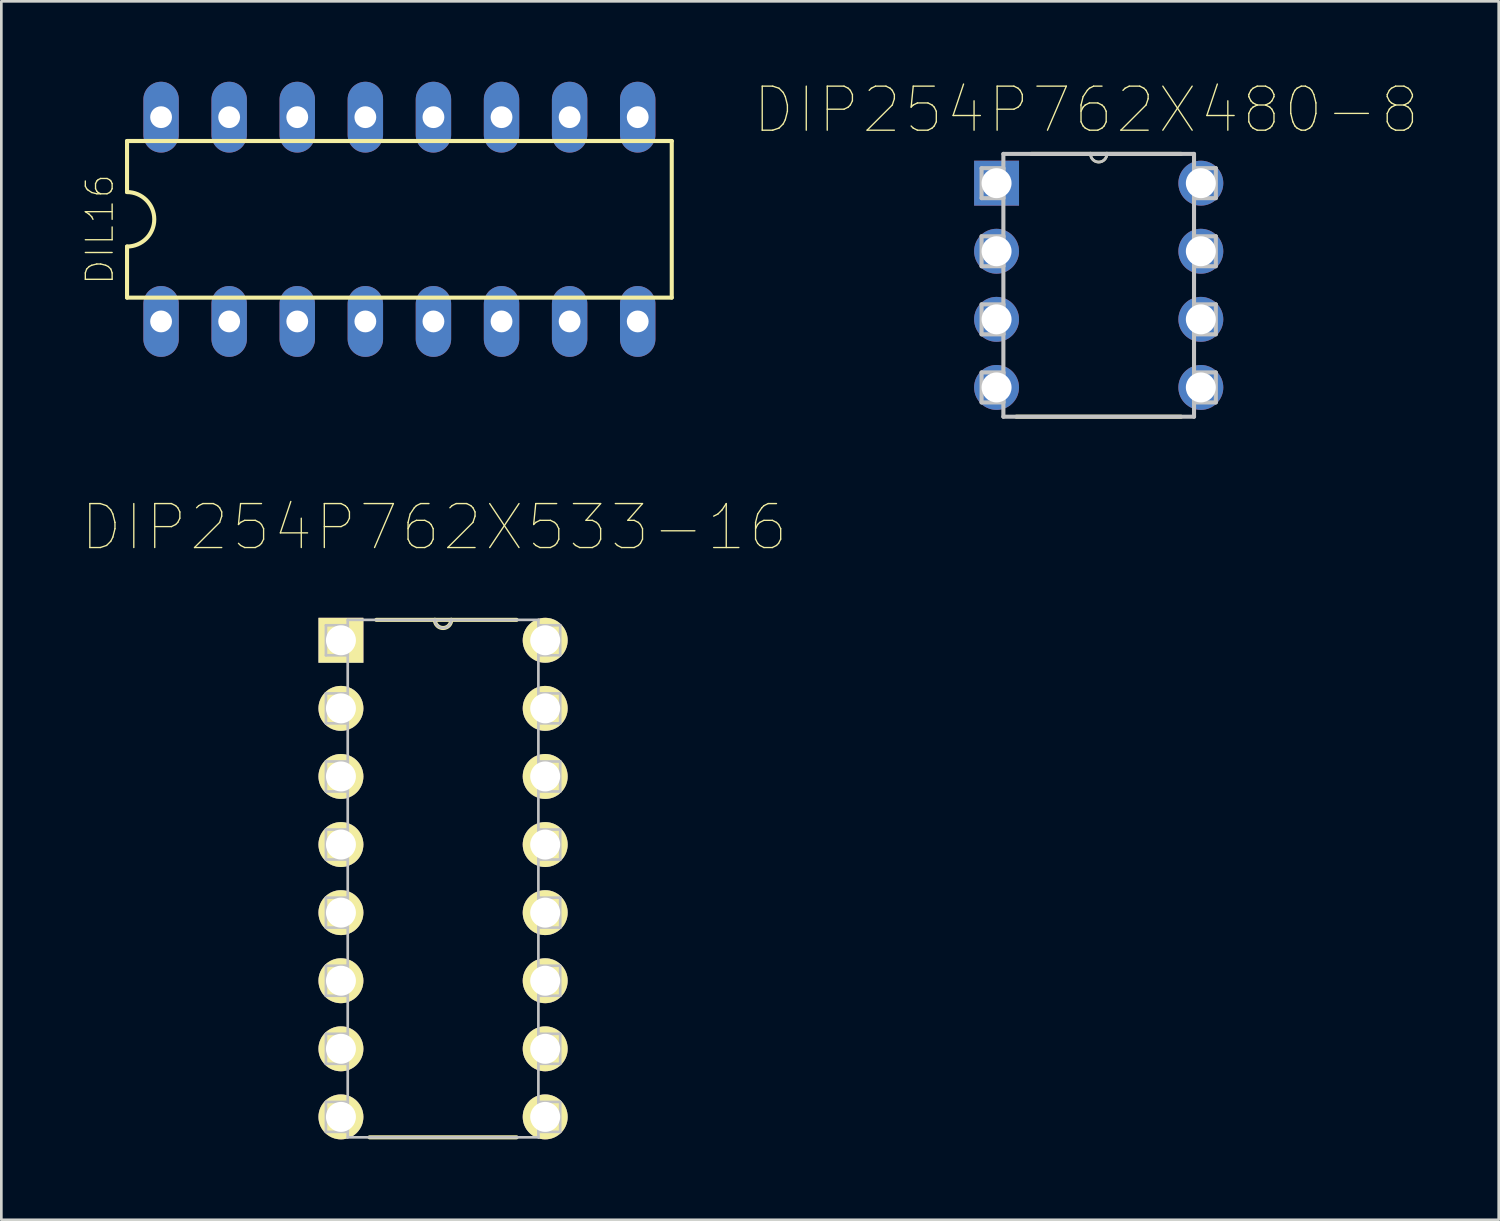
<source format=kicad_pcb>
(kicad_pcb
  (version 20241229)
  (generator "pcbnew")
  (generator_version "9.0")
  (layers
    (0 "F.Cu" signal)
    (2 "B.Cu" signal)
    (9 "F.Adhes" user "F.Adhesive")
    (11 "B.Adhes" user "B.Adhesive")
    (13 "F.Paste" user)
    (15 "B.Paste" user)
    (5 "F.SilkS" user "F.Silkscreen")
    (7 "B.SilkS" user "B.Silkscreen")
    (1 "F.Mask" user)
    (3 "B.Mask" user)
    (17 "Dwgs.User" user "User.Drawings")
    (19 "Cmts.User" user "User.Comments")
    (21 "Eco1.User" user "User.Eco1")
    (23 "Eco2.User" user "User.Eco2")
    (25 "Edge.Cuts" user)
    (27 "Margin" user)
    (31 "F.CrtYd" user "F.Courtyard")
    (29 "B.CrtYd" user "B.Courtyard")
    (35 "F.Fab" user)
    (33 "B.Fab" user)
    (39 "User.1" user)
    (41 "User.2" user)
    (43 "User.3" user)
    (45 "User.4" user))
  (footprint "DIP254P762X533-16"
    (layer "F.Cu")
    (at 17.288 38.615)
    (property "Reference" "DIP254P762X533-16" (at -4.14 -21.996 0) (layer "F.SilkS") (effects (font (size 1.64 1.64) (thickness 0.05))))
    (attr through_hole)
    (fp_line (start -6.553 0.762) (end -1.067 0.762) (stroke (width 0.152) (type solid)) (layer "F.SilkS"))
    (fp_line (start -4.115 -18.542) (end -6.299 -18.542) (stroke (width 0.152) (type solid)) (layer "F.SilkS"))
    (fp_line (start -3.505 -18.542) (end -4.115 -18.542) (stroke (width 0.152) (type solid)) (layer "F.SilkS"))
    (fp_line (start -1.067 -18.542) (end -3.505 -18.542) (stroke (width 0.152) (type solid)) (layer "F.SilkS"))
    (fp_arc (start -3.5052 -18.542) (mid -3.81 -18.2372) (end -4.1148 -18.542) (stroke (width 0.1524) (type solid)) (layer "F.SilkS"))
    (fp_line (start -8.179 -18.339) (end -8.179 -17.221) (stroke (width 0.1) (type solid)) (layer "Dwgs.User"))
    (fp_line (start -8.179 -17.221) (end -7.366 -17.221) (stroke (width 0.1) (type solid)) (layer "Dwgs.User"))
    (fp_line (start -8.179 -15.799) (end -8.179 -14.681) (stroke (width 0.1) (type solid)) (layer "Dwgs.User"))
    (fp_line (start -8.179 -14.681) (end -7.366 -14.681) (stroke (width 0.1) (type solid)) (layer "Dwgs.User"))
    (fp_line (start -8.179 -13.259) (end -8.179 -12.141) (stroke (width 0.1) (type solid)) (layer "Dwgs.User"))
    (fp_line (start -8.179 -12.141) (end -7.366 -12.141) (stroke (width 0.1) (type solid)) (layer "Dwgs.User"))
    (fp_line (start -8.179 -10.719) (end -8.179 -9.601) (stroke (width 0.1) (type solid)) (layer "Dwgs.User"))
    (fp_line (start -8.179 -9.601) (end -7.366 -9.601) (stroke (width 0.1) (type solid)) (layer "Dwgs.User"))
    (fp_line (start -8.179 -8.179) (end -8.179 -7.061) (stroke (width 0.1) (type solid)) (layer "Dwgs.User"))
    (fp_line (start -8.179 -7.061) (end -7.366 -7.061) (stroke (width 0.1) (type solid)) (layer "Dwgs.User"))
    (fp_line (start -8.179 -5.639) (end -8.179 -4.521) (stroke (width 0.1) (type solid)) (layer "Dwgs.User"))
    (fp_line (start -8.179 -4.521) (end -7.366 -4.521) (stroke (width 0.1) (type solid)) (layer "Dwgs.User"))
    (fp_line (start -8.179 -3.099) (end -8.179 -1.981) (stroke (width 0.1) (type solid)) (layer "Dwgs.User"))
    (fp_line (start -8.179 -1.981) (end -7.366 -1.981) (stroke (width 0.1) (type solid)) (layer "Dwgs.User"))
    (fp_line (start -8.179 -0.559) (end -8.179 0.559) (stroke (width 0.1) (type solid)) (layer "Dwgs.User"))
    (fp_line (start -8.179 0.559) (end -7.366 0.559) (stroke (width 0.1) (type solid)) (layer "Dwgs.User"))
    (fp_line (start -7.366 -18.542) (end -7.366 0.762) (stroke (width 0.1) (type solid)) (layer "Dwgs.User"))
    (fp_line (start -7.366 -18.339) (end -8.179 -18.339) (stroke (width 0.1) (type solid)) (layer "Dwgs.User"))
    (fp_line (start -7.366 -17.221) (end -7.366 -18.339) (stroke (width 0.1) (type solid)) (layer "Dwgs.User"))
    (fp_line (start -7.366 -15.799) (end -8.179 -15.799) (stroke (width 0.1) (type solid)) (layer "Dwgs.User"))
    (fp_line (start -7.366 -14.681) (end -7.366 -15.799) (stroke (width 0.1) (type solid)) (layer "Dwgs.User"))
    (fp_line (start -7.366 -13.259) (end -8.179 -13.259) (stroke (width 0.1) (type solid)) (layer "Dwgs.User"))
    (fp_line (start -7.366 -12.141) (end -7.366 -13.259) (stroke (width 0.1) (type solid)) (layer "Dwgs.User"))
    (fp_line (start -7.366 -10.719) (end -8.179 -10.719) (stroke (width 0.1) (type solid)) (layer "Dwgs.User"))
    (fp_line (start -7.366 -9.601) (end -7.366 -10.719) (stroke (width 0.1) (type solid)) (layer "Dwgs.User"))
    (fp_line (start -7.366 -8.179) (end -8.179 -8.179) (stroke (width 0.1) (type solid)) (layer "Dwgs.User"))
    (fp_line (start -7.366 -7.061) (end -7.366 -8.179) (stroke (width 0.1) (type solid)) (layer "Dwgs.User"))
    (fp_line (start -7.366 -5.639) (end -8.179 -5.639) (stroke (width 0.1) (type solid)) (layer "Dwgs.User"))
    (fp_line (start -7.366 -4.521) (end -7.366 -5.639) (stroke (width 0.1) (type solid)) (layer "Dwgs.User"))
    (fp_line (start -7.366 -3.099) (end -8.179 -3.099) (stroke (width 0.1) (type solid)) (layer "Dwgs.User"))
    (fp_line (start -7.366 -1.981) (end -7.366 -3.099) (stroke (width 0.1) (type solid)) (layer "Dwgs.User"))
    (fp_line (start -7.366 -0.559) (end -8.179 -0.559) (stroke (width 0.1) (type solid)) (layer "Dwgs.User"))
    (fp_line (start -7.366 0.559) (end -7.366 -0.559) (stroke (width 0.1) (type solid)) (layer "Dwgs.User"))
    (fp_line (start -7.366 0.762) (end -0.254 0.762) (stroke (width 0.1) (type solid)) (layer "Dwgs.User"))
    (fp_line (start -4.115 -18.542) (end -7.366 -18.542) (stroke (width 0.1) (type solid)) (layer "Dwgs.User"))
    (fp_line (start -3.505 -18.542) (end -4.115 -18.542) (stroke (width 0.1) (type solid)) (layer "Dwgs.User"))
    (fp_line (start -0.254 -18.542) (end -3.505 -18.542) (stroke (width 0.1) (type solid)) (layer "Dwgs.User"))
    (fp_line (start -0.254 -18.339) (end -0.254 -17.221) (stroke (width 0.1) (type solid)) (layer "Dwgs.User"))
    (fp_line (start -0.254 -17.221) (end 0.559 -17.221) (stroke (width 0.1) (type solid)) (layer "Dwgs.User"))
    (fp_line (start -0.254 -15.799) (end -0.254 -14.681) (stroke (width 0.1) (type solid)) (layer "Dwgs.User"))
    (fp_line (start -0.254 -14.681) (end 0.559 -14.681) (stroke (width 0.1) (type solid)) (layer "Dwgs.User"))
    (fp_line (start -0.254 -13.259) (end -0.254 -12.141) (stroke (width 0.1) (type solid)) (layer "Dwgs.User"))
    (fp_line (start -0.254 -12.141) (end 0.559 -12.141) (stroke (width 0.1) (type solid)) (layer "Dwgs.User"))
    (fp_line (start -0.254 -10.719) (end -0.254 -9.601) (stroke (width 0.1) (type solid)) (layer "Dwgs.User"))
    (fp_line (start -0.254 -9.601) (end 0.559 -9.601) (stroke (width 0.1) (type solid)) (layer "Dwgs.User"))
    (fp_line (start -0.254 -8.179) (end -0.254 -7.061) (stroke (width 0.1) (type solid)) (layer "Dwgs.User"))
    (fp_line (start -0.254 -7.061) (end 0.559 -7.061) (stroke (width 0.1) (type solid)) (layer "Dwgs.User"))
    (fp_line (start -0.254 -5.639) (end -0.254 -4.521) (stroke (width 0.1) (type solid)) (layer "Dwgs.User"))
    (fp_line (start -0.254 -4.521) (end 0.559 -4.521) (stroke (width 0.1) (type solid)) (layer "Dwgs.User"))
    (fp_line (start -0.254 -3.099) (end -0.254 -1.981) (stroke (width 0.1) (type solid)) (layer "Dwgs.User"))
    (fp_line (start -0.254 -1.981) (end 0.559 -1.981) (stroke (width 0.1) (type solid)) (layer "Dwgs.User"))
    (fp_line (start -0.254 -0.559) (end -0.254 0.559) (stroke (width 0.1) (type solid)) (layer "Dwgs.User"))
    (fp_line (start -0.254 0.559) (end 0.559 0.559) (stroke (width 0.1) (type solid)) (layer "Dwgs.User"))
    (fp_line (start -0.254 0.762) (end -0.254 -18.542) (stroke (width 0.1) (type solid)) (layer "Dwgs.User"))
    (fp_line (start 0.559 -18.339) (end -0.254 -18.339) (stroke (width 0.1) (type solid)) (layer "Dwgs.User"))
    (fp_line (start 0.559 -17.221) (end 0.559 -18.339) (stroke (width 0.1) (type solid)) (layer "Dwgs.User"))
    (fp_line (start 0.559 -15.799) (end -0.254 -15.799) (stroke (width 0.1) (type solid)) (layer "Dwgs.User"))
    (fp_line (start 0.559 -14.681) (end 0.559 -15.799) (stroke (width 0.1) (type solid)) (layer "Dwgs.User"))
    (fp_line (start 0.559 -13.259) (end -0.254 -13.259) (stroke (width 0.1) (type solid)) (layer "Dwgs.User"))
    (fp_line (start 0.559 -12.141) (end 0.559 -13.259) (stroke (width 0.1) (type solid)) (layer "Dwgs.User"))
    (fp_line (start 0.559 -10.719) (end -0.254 -10.719) (stroke (width 0.1) (type solid)) (layer "Dwgs.User"))
    (fp_line (start 0.559 -9.601) (end 0.559 -10.719) (stroke (width 0.1) (type solid)) (layer "Dwgs.User"))
    (fp_line (start 0.559 -8.179) (end -0.254 -8.179) (stroke (width 0.1) (type solid)) (layer "Dwgs.User"))
    (fp_line (start 0.559 -7.061) (end 0.559 -8.179) (stroke (width 0.1) (type solid)) (layer "Dwgs.User"))
    (fp_line (start 0.559 -5.639) (end -0.254 -5.639) (stroke (width 0.1) (type solid)) (layer "Dwgs.User"))
    (fp_line (start 0.559 -4.521) (end 0.559 -5.639) (stroke (width 0.1) (type solid)) (layer "Dwgs.User"))
    (fp_line (start 0.559 -3.099) (end -0.254 -3.099) (stroke (width 0.1) (type solid)) (layer "Dwgs.User"))
    (fp_line (start 0.559 -1.981) (end 0.559 -3.099) (stroke (width 0.1) (type solid)) (layer "Dwgs.User"))
    (fp_line (start 0.559 -0.559) (end -0.254 -0.559) (stroke (width 0.1) (type solid)) (layer "Dwgs.User"))
    (fp_line (start 0.559 0.559) (end 0.559 -0.559) (stroke (width 0.1) (type solid)) (layer "Dwgs.User"))
    (fp_arc (start -3.5052 -18.542) (mid -3.81 -18.2372) (end -4.1148 -18.542) (stroke (width 0.1) (type solid)) (layer "Dwgs.User"))
    (pad "1" thru_hole rect (at -7.62 -17.78) (size 1.676 1.676) (drill 1.118) (layers "*.Cu" "*.Mask" "F.SilkS"))
    (pad "2" thru_hole circle (at -7.62 -15.24) (size 1.676 1.676) (drill 1.118) (layers "*.Cu" "*.Mask" "F.SilkS"))
    (pad "3" thru_hole circle (at -7.62 -12.7) (size 1.676 1.676) (drill 1.118) (layers "*.Cu" "*.Mask" "F.SilkS"))
    (pad "4" thru_hole circle (at -7.62 -10.16) (size 1.676 1.676) (drill 1.118) (layers "*.Cu" "*.Mask" "F.SilkS"))
    (pad "5" thru_hole circle (at -7.62 -7.62) (size 1.676 1.676) (drill 1.118) (layers "*.Cu" "*.Mask" "F.SilkS"))
    (pad "6" thru_hole circle (at -7.62 -5.08) (size 1.676 1.676) (drill 1.118) (layers "*.Cu" "*.Mask" "F.SilkS"))
    (pad "7" thru_hole circle (at -7.62 -2.54) (size 1.676 1.676) (drill 1.118) (layers "*.Cu" "*.Mask" "F.SilkS"))
    (pad "8" thru_hole circle (at -7.62 0) (size 1.676 1.676) (drill 1.118) (layers "*.Cu" "*.Mask" "F.SilkS"))
    (pad "9" thru_hole circle (at 0 0) (size 1.676 1.676) (drill 1.118) (layers "*.Cu" "*.Mask" "F.SilkS"))
    (pad "10" thru_hole circle (at 0 -2.54) (size 1.676 1.676) (drill 1.118) (layers "*.Cu" "*.Mask" "F.SilkS"))
    (pad "11" thru_hole circle (at 0 -5.08) (size 1.676 1.676) (drill 1.118) (layers "*.Cu" "*.Mask" "F.SilkS"))
    (pad "12" thru_hole circle (at 0 -7.62) (size 1.676 1.676) (drill 1.118) (layers "*.Cu" "*.Mask" "F.SilkS"))
    (pad "13" thru_hole circle (at 0 -10.16) (size 1.676 1.676) (drill 1.118) (layers "*.Cu" "*.Mask" "F.SilkS"))
    (pad "14" thru_hole circle (at 0 -12.7) (size 1.676 1.676) (drill 1.118) (layers "*.Cu" "*.Mask" "F.SilkS"))
    (pad "15" thru_hole circle (at 0 -15.24) (size 1.676 1.676) (drill 1.118) (layers "*.Cu" "*.Mask" "F.SilkS"))
    (pad "16" thru_hole circle (at 0 -17.78) (size 1.676 1.676) (drill 1.118) (layers "*.Cu" "*.Mask" "F.SilkS")))
  (footprint "DIP254P762X480-8"
    (layer "F.Cu")
    (at 41.746 11.403)
    (property "Reference" "DIP254P762X480-8" (at -4.274 -10.354 0) (layer "F.SilkS") (effects (font (size 1.643 1.643) (thickness 0.05))))
    (attr through_hole)
    (fp_line (start -6.883 1.092) (end -0.737 1.092) (stroke (width 0.152) (type solid)) (layer "F.SilkS"))
    (fp_line (start -4.115 -8.712) (end -6.325 -8.712) (stroke (width 0.152) (type solid)) (layer "F.SilkS"))
    (fp_line (start -3.505 -8.712) (end -4.115 -8.712) (stroke (width 0.152) (type solid)) (layer "F.SilkS"))
    (fp_line (start -0.737 -8.712) (end -3.505 -8.712) (stroke (width 0.152) (type solid)) (layer "F.SilkS"))
    (fp_arc (start -3.5052 -8.7122) (mid -3.81 -8.4074) (end -4.1148 -8.7122) (stroke (width 0.1) (type solid)) (layer "F.SilkS"))
    (fp_line (start -8.179 -8.179) (end -8.179 -7.061) (stroke (width 0.152) (type solid)) (layer "Dwgs.User"))
    (fp_line (start -8.179 -7.061) (end -7.366 -7.061) (stroke (width 0.152) (type solid)) (layer "Dwgs.User"))
    (fp_line (start -8.179 -5.639) (end -8.179 -4.521) (stroke (width 0.152) (type solid)) (layer "Dwgs.User"))
    (fp_line (start -8.179 -4.521) (end -7.366 -4.521) (stroke (width 0.152) (type solid)) (layer "Dwgs.User"))
    (fp_line (start -8.179 -3.099) (end -8.179 -1.981) (stroke (width 0.152) (type solid)) (layer "Dwgs.User"))
    (fp_line (start -8.179 -1.981) (end -7.366 -1.981) (stroke (width 0.152) (type solid)) (layer "Dwgs.User"))
    (fp_line (start -8.179 -0.559) (end -8.179 0.559) (stroke (width 0.152) (type solid)) (layer "Dwgs.User"))
    (fp_line (start -8.179 0.559) (end -7.366 0.559) (stroke (width 0.152) (type solid)) (layer "Dwgs.User"))
    (fp_line (start -7.366 -8.712) (end -7.366 1.092) (stroke (width 0.152) (type solid)) (layer "Dwgs.User"))
    (fp_line (start -7.366 -8.179) (end -8.179 -8.179) (stroke (width 0.152) (type solid)) (layer "Dwgs.User"))
    (fp_line (start -7.366 -7.061) (end -7.366 -8.179) (stroke (width 0.152) (type solid)) (layer "Dwgs.User"))
    (fp_line (start -7.366 -5.639) (end -8.179 -5.639) (stroke (width 0.152) (type solid)) (layer "Dwgs.User"))
    (fp_line (start -7.366 -4.521) (end -7.366 -5.639) (stroke (width 0.152) (type solid)) (layer "Dwgs.User"))
    (fp_line (start -7.366 -3.099) (end -8.179 -3.099) (stroke (width 0.152) (type solid)) (layer "Dwgs.User"))
    (fp_line (start -7.366 -1.981) (end -7.366 -3.099) (stroke (width 0.152) (type solid)) (layer "Dwgs.User"))
    (fp_line (start -7.366 -0.559) (end -8.179 -0.559) (stroke (width 0.152) (type solid)) (layer "Dwgs.User"))
    (fp_line (start -7.366 0.559) (end -7.366 -0.559) (stroke (width 0.152) (type solid)) (layer "Dwgs.User"))
    (fp_line (start -7.366 1.092) (end -0.254 1.092) (stroke (width 0.152) (type solid)) (layer "Dwgs.User"))
    (fp_line (start -4.115 -8.712) (end -7.366 -8.712) (stroke (width 0.152) (type solid)) (layer "Dwgs.User"))
    (fp_line (start -3.505 -8.712) (end -4.115 -8.712) (stroke (width 0.152) (type solid)) (layer "Dwgs.User"))
    (fp_line (start -0.254 -8.712) (end -3.505 -8.712) (stroke (width 0.152) (type solid)) (layer "Dwgs.User"))
    (fp_line (start -0.254 -8.179) (end -0.254 -7.061) (stroke (width 0.152) (type solid)) (layer "Dwgs.User"))
    (fp_line (start -0.254 -7.061) (end 0.559 -7.061) (stroke (width 0.152) (type solid)) (layer "Dwgs.User"))
    (fp_line (start -0.254 -5.639) (end -0.254 -4.521) (stroke (width 0.152) (type solid)) (layer "Dwgs.User"))
    (fp_line (start -0.254 -4.521) (end 0.559 -4.521) (stroke (width 0.152) (type solid)) (layer "Dwgs.User"))
    (fp_line (start -0.254 -3.099) (end -0.254 -1.981) (stroke (width 0.152) (type solid)) (layer "Dwgs.User"))
    (fp_line (start -0.254 -1.981) (end 0.559 -1.981) (stroke (width 0.152) (type solid)) (layer "Dwgs.User"))
    (fp_line (start -0.254 -0.559) (end -0.254 0.559) (stroke (width 0.152) (type solid)) (layer "Dwgs.User"))
    (fp_line (start -0.254 0.559) (end 0.559 0.559) (stroke (width 0.152) (type solid)) (layer "Dwgs.User"))
    (fp_line (start -0.254 1.092) (end -0.254 -8.712) (stroke (width 0.152) (type solid)) (layer "Dwgs.User"))
    (fp_line (start 0.559 -8.179) (end -0.254 -8.179) (stroke (width 0.152) (type solid)) (layer "Dwgs.User"))
    (fp_line (start 0.559 -7.061) (end 0.559 -8.179) (stroke (width 0.152) (type solid)) (layer "Dwgs.User"))
    (fp_line (start 0.559 -5.639) (end -0.254 -5.639) (stroke (width 0.152) (type solid)) (layer "Dwgs.User"))
    (fp_line (start 0.559 -4.521) (end 0.559 -5.639) (stroke (width 0.152) (type solid)) (layer "Dwgs.User"))
    (fp_line (start 0.559 -3.099) (end -0.254 -3.099) (stroke (width 0.152) (type solid)) (layer "Dwgs.User"))
    (fp_line (start 0.559 -1.981) (end 0.559 -3.099) (stroke (width 0.152) (type solid)) (layer "Dwgs.User"))
    (fp_line (start 0.559 -0.559) (end -0.254 -0.559) (stroke (width 0.152) (type solid)) (layer "Dwgs.User"))
    (fp_line (start 0.559 0.559) (end 0.559 -0.559) (stroke (width 0.152) (type solid)) (layer "Dwgs.User"))
    (fp_arc (start -3.5052 -8.7122) (mid -3.81 -8.4074) (end -4.1148 -8.7122) (stroke (width 0.1) (type solid)) (layer "Dwgs.User"))
    (pad "1" thru_hole rect (at -7.62 -7.62) (size 1.676 1.676) (drill 1.118) (layers "*.Cu" "*.Mask"))
    (pad "2" thru_hole circle (at -7.62 -5.08) (size 1.676 1.676) (drill 1.118) (layers "*.Cu" "*.Mask"))
    (pad "3" thru_hole circle (at -7.62 -2.54) (size 1.676 1.676) (drill 1.118) (layers "*.Cu" "*.Mask"))
    (pad "4" thru_hole circle (at -7.62 0) (size 1.676 1.676) (drill 1.118) (layers "*.Cu" "*.Mask"))
    (pad "5" thru_hole circle (at 0 0) (size 1.676 1.676) (drill 1.118) (layers "*.Cu" "*.Mask"))
    (pad "6" thru_hole circle (at 0 -2.54) (size 1.676 1.676) (drill 1.118) (layers "*.Cu" "*.Mask"))
    (pad "7" thru_hole circle (at 0 -5.08) (size 1.676 1.676) (drill 1.118) (layers "*.Cu" "*.Mask"))
    (pad "8" thru_hole circle (at 0 -7.62) (size 1.676 1.676) (drill 1.118) (layers "*.Cu" "*.Mask")))
  (footprint "DIL16"
    (layer "F.Cu")
    (at 11.849 5.131)
    (property "Reference" "DIL16" (at -11.176 0.381 90) (layer "F.SilkS") (effects (font (size 1 1) (thickness 0.05))))
    (attr through_hole)
    (fp_line (start -10.16 -2.921) (end -10.16 -1.016) (stroke (width 0.152) (type solid)) (layer "F.SilkS"))
    (fp_line (start -10.16 2.921) (end -10.16 1.016) (stroke (width 0.152) (type solid)) (layer "F.SilkS"))
    (fp_line (start -10.16 2.921) (end 10.16 2.921) (stroke (width 0.152) (type solid)) (layer "F.SilkS"))
    (fp_line (start 10.16 -2.921) (end -10.16 -2.921) (stroke (width 0.152) (type solid)) (layer "F.SilkS"))
    (fp_line (start 10.16 -2.921) (end 10.16 2.921) (stroke (width 0.152) (type solid)) (layer "F.SilkS"))
    (fp_arc (start -10.16 -1.016) (mid -9.144 0) (end -10.16 1.016) (stroke (width 0.1524) (type solid)) (layer "F.SilkS"))
    (pad "1" thru_hole oval (at -8.89 3.81 90) (size 2.642 1.321) (drill 0.813) (layers "*.Cu" "*.Mask"))
    (pad "2" thru_hole oval (at -6.35 3.81 90) (size 2.642 1.321) (drill 0.813) (layers "*.Cu" "*.Mask"))
    (pad "3" thru_hole oval (at -3.81 3.81 90) (size 2.642 1.321) (drill 0.813) (layers "*.Cu" "*.Mask"))
    (pad "4" thru_hole oval (at -1.27 3.81 90) (size 2.642 1.321) (drill 0.813) (layers "*.Cu" "*.Mask"))
    (pad "5" thru_hole oval (at 1.27 3.81 90) (size 2.642 1.321) (drill 0.813) (layers "*.Cu" "*.Mask"))
    (pad "6" thru_hole oval (at 3.81 3.81 90) (size 2.642 1.321) (drill 0.813) (layers "*.Cu" "*.Mask"))
    (pad "7" thru_hole oval (at 6.35 3.81 90) (size 2.642 1.321) (drill 0.813) (layers "*.Cu" "*.Mask"))
    (pad "8" thru_hole oval (at 8.89 3.81 90) (size 2.642 1.321) (drill 0.813) (layers "*.Cu" "*.Mask"))
    (pad "9" thru_hole oval (at 8.89 -3.81 90) (size 2.642 1.321) (drill 0.813) (layers "*.Cu" "*.Mask"))
    (pad "10" thru_hole oval (at 6.35 -3.81 90) (size 2.642 1.321) (drill 0.813) (layers "*.Cu" "*.Mask"))
    (pad "11" thru_hole oval (at 3.81 -3.81 90) (size 2.642 1.321) (drill 0.813) (layers "*.Cu" "*.Mask"))
    (pad "12" thru_hole oval (at 1.27 -3.81 90) (size 2.642 1.321) (drill 0.813) (layers "*.Cu" "*.Mask"))
    (pad "13" thru_hole oval (at -1.27 -3.81 90) (size 2.642 1.321) (drill 0.813) (layers "*.Cu" "*.Mask"))
    (pad "14" thru_hole oval (at -3.81 -3.81 90) (size 2.642 1.321) (drill 0.813) (layers "*.Cu" "*.Mask"))
    (pad "15" thru_hole oval (at -6.35 -3.81 90) (size 2.642 1.321) (drill 0.813) (layers "*.Cu" "*.Mask"))
    (pad "16" thru_hole oval (at -8.89 -3.81 90) (size 2.642 1.321) (drill 0.813) (layers "*.Cu" "*.Mask")))
  (gr_rect
    (start -3 -3)
    (end 52.858 42.453)
    (stroke (width 0.1) (type default))
    (fill no)
    (layer "Edge.Cuts")))
</source>
